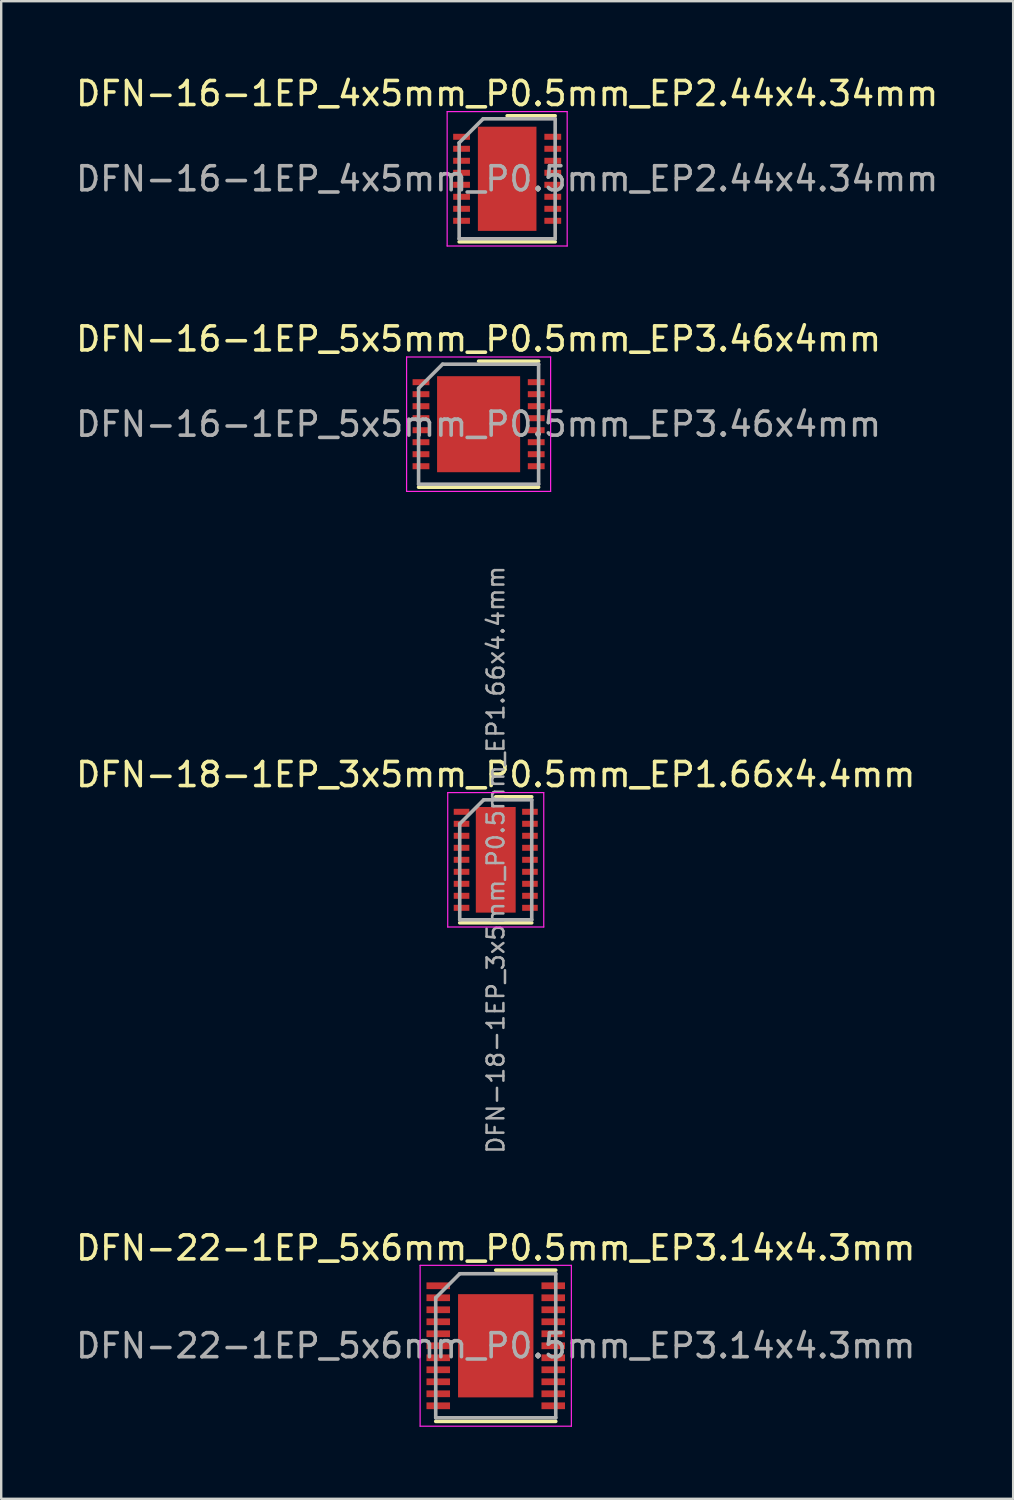
<source format=kicad_pcb>
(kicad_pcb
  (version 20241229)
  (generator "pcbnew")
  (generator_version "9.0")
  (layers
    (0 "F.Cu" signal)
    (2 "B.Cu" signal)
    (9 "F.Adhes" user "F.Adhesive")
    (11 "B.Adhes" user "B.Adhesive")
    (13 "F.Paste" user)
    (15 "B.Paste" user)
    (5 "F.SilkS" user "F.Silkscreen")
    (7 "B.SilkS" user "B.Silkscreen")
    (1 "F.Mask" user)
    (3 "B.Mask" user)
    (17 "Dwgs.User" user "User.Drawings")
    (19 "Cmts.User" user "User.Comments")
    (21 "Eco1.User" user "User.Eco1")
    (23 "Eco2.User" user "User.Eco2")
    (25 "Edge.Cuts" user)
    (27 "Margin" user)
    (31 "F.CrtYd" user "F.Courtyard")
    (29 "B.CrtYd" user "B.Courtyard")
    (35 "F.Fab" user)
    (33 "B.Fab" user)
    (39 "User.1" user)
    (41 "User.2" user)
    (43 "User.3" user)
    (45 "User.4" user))
  (footprint "DFN-16-1EP_5x5mm_P0.5mm_EP3.46x4mm"
    (layer "F.Cu")
    (at 16.887 14.621)
    (property "Reference" "DFN-16-1EP_5x5mm_P0.5mm_EP3.46x4mm" (at 0 -3.55 0) (layer "F.SilkS") (effects (font (size 1 1) (thickness 0.15))))
    (attr smd)
    (fp_line (start -2.5 2.625) (end 2.5 2.625) (stroke (width 0.15) (type solid)) (layer "F.SilkS"))
    (fp_line (start 0 -2.625) (end 2.5 -2.625) (stroke (width 0.15) (type solid)) (layer "F.SilkS"))
    (fp_line (start -3 -2.8) (end -3 2.8) (stroke (width 0.05) (type solid)) (layer "F.CrtYd"))
    (fp_line (start -3 -2.8) (end 3 -2.8) (stroke (width 0.05) (type solid)) (layer "F.CrtYd"))
    (fp_line (start -3 2.8) (end 3 2.8) (stroke (width 0.05) (type solid)) (layer "F.CrtYd"))
    (fp_line (start 3 -2.8) (end 3 2.8) (stroke (width 0.05) (type solid)) (layer "F.CrtYd"))
    (fp_line (start -2.5 -1.5) (end -1.5 -2.5) (stroke (width 0.15) (type solid)) (layer "F.Fab"))
    (fp_line (start -2.5 2.5) (end -2.5 -1.5) (stroke (width 0.15) (type solid)) (layer "F.Fab"))
    (fp_line (start -1.5 -2.5) (end 2.5 -2.5) (stroke (width 0.15) (type solid)) (layer "F.Fab"))
    (fp_line (start 2.5 -2.5) (end 2.5 2.5) (stroke (width 0.15) (type solid)) (layer "F.Fab"))
    (fp_line (start 2.5 2.5) (end -2.5 2.5) (stroke (width 0.15) (type solid)) (layer "F.Fab"))
    (fp_text user "${REFERENCE}" (at 0 0 0) (layer "F.Fab") (effects (font (size 1 1) (thickness 0.15))))
    (pad "" smd rect (at -1.154 -1.34) (size 0.9 1.1) (layers "F.Paste"))
    (pad "" smd rect (at -1.154 0) (size 0.9 1.1) (layers "F.Paste"))
    (pad "" smd rect (at -1.154 1.34) (size 0.9 1.1) (layers "F.Paste"))
    (pad "" smd rect (at 0 -1.34) (size 0.9 1.1) (layers "F.Paste"))
    (pad "" smd rect (at 0 0) (size 0.9 1.1) (layers "F.Paste"))
    (pad "" smd rect (at 0 1.34) (size 0.9 1.1) (layers "F.Paste"))
    (pad "" smd rect (at 1.154 -1.34) (size 0.9 1.1) (layers "F.Paste"))
    (pad "" smd rect (at 1.154 0) (size 0.9 1.1) (layers "F.Paste"))
    (pad "" smd rect (at 1.154 1.34) (size 0.9 1.1) (layers "F.Paste"))
    (pad "1" smd rect (at -2.4 -1.75) (size 0.7 0.25) (layers "F.Cu" "F.Mask" "F.Paste"))
    (pad "2" smd rect (at -2.4 -1.25) (size 0.7 0.25) (layers "F.Cu" "F.Mask" "F.Paste"))
    (pad "3" smd rect (at -2.4 -0.75) (size 0.7 0.25) (layers "F.Cu" "F.Mask" "F.Paste"))
    (pad "4" smd rect (at -2.4 -0.25) (size 0.7 0.25) (layers "F.Cu" "F.Mask" "F.Paste"))
    (pad "5" smd rect (at -2.4 0.25) (size 0.7 0.25) (layers "F.Cu" "F.Mask" "F.Paste"))
    (pad "6" smd rect (at -2.4 0.75) (size 0.7 0.25) (layers "F.Cu" "F.Mask" "F.Paste"))
    (pad "7" smd rect (at -2.4 1.25) (size 0.7 0.25) (layers "F.Cu" "F.Mask" "F.Paste"))
    (pad "8" smd rect (at -2.4 1.75) (size 0.7 0.25) (layers "F.Cu" "F.Mask" "F.Paste"))
    (pad "9" smd rect (at 2.4 1.75) (size 0.7 0.25) (layers "F.Cu" "F.Mask" "F.Paste"))
    (pad "10" smd rect (at 2.4 1.25) (size 0.7 0.25) (layers "F.Cu" "F.Mask" "F.Paste"))
    (pad "11" smd rect (at 2.4 0.75) (size 0.7 0.25) (layers "F.Cu" "F.Mask" "F.Paste"))
    (pad "12" smd rect (at 2.4 0.25) (size 0.7 0.25) (layers "F.Cu" "F.Mask" "F.Paste"))
    (pad "13" smd rect (at 2.4 -0.25) (size 0.7 0.25) (layers "F.Cu" "F.Mask" "F.Paste"))
    (pad "14" smd rect (at 2.4 -0.75) (size 0.7 0.25) (layers "F.Cu" "F.Mask" "F.Paste"))
    (pad "15" smd rect (at 2.4 -1.25) (size 0.7 0.25) (layers "F.Cu" "F.Mask" "F.Paste"))
    (pad "16" smd rect (at 2.4 -1.75) (size 0.7 0.25) (layers "F.Cu" "F.Mask" "F.Paste"))
    (pad "17" smd rect (at 0 0) (size 3.46 4) (layers "F.Cu" "F.Mask")))
  (footprint "DFN-16-1EP_4x5mm_P0.5mm_EP2.44x4.34mm"
    (layer "F.Cu")
    (at 18.077 4.398)
    (property "Reference" "DFN-16-1EP_4x5mm_P0.5mm_EP2.44x4.34mm" (at 0 -3.55 0) (layer "F.SilkS") (effects (font (size 1 1) (thickness 0.15))))
    (attr smd)
    (fp_line (start -2 2.625) (end 2 2.625) (stroke (width 0.15) (type solid)) (layer "F.SilkS"))
    (fp_line (start 0 -2.625) (end 2 -2.625) (stroke (width 0.15) (type solid)) (layer "F.SilkS"))
    (fp_line (start -2.5 -2.8) (end -2.5 2.8) (stroke (width 0.05) (type solid)) (layer "F.CrtYd"))
    (fp_line (start -2.5 -2.8) (end 2.5 -2.8) (stroke (width 0.05) (type solid)) (layer "F.CrtYd"))
    (fp_line (start -2.5 2.8) (end 2.5 2.8) (stroke (width 0.05) (type solid)) (layer "F.CrtYd"))
    (fp_line (start 2.5 -2.8) (end 2.5 2.8) (stroke (width 0.05) (type solid)) (layer "F.CrtYd"))
    (fp_line (start -2 -1.5) (end -1 -2.5) (stroke (width 0.15) (type solid)) (layer "F.Fab"))
    (fp_line (start -2 2.5) (end -2 -1.5) (stroke (width 0.15) (type solid)) (layer "F.Fab"))
    (fp_line (start -1 -2.5) (end 2 -2.5) (stroke (width 0.15) (type solid)) (layer "F.Fab"))
    (fp_line (start 2 -2.5) (end 2 2.5) (stroke (width 0.15) (type solid)) (layer "F.Fab"))
    (fp_line (start 2 2.5) (end -2 2.5) (stroke (width 0.15) (type solid)) (layer "F.Fab"))
    (fp_text user "${REFERENCE}" (at 0 0 0) (layer "F.Fab") (effects (font (size 1 1) (thickness 0.15))))
    (pad "" smd rect (at -0.61 -1.627) (size 1 0.86) (layers "F.Paste"))
    (pad "" smd rect (at -0.61 -0.542) (size 1 0.86) (layers "F.Paste"))
    (pad "" smd rect (at -0.61 0.542) (size 1 0.86) (layers "F.Paste"))
    (pad "" smd rect (at -0.61 1.627) (size 1 0.86) (layers "F.Paste"))
    (pad "" smd rect (at 0.61 -1.627) (size 1 0.86) (layers "F.Paste"))
    (pad "" smd rect (at 0.61 -0.542) (size 1 0.86) (layers "F.Paste"))
    (pad "" smd rect (at 0.61 0.542) (size 1 0.86) (layers "F.Paste"))
    (pad "" smd rect (at 0.61 1.627) (size 1 0.86) (layers "F.Paste"))
    (pad "1" smd rect (at -1.9 -1.75) (size 0.7 0.25) (layers "F.Cu" "F.Mask" "F.Paste"))
    (pad "2" smd rect (at -1.9 -1.25) (size 0.7 0.25) (layers "F.Cu" "F.Mask" "F.Paste"))
    (pad "3" smd rect (at -1.9 -0.75) (size 0.7 0.25) (layers "F.Cu" "F.Mask" "F.Paste"))
    (pad "4" smd rect (at -1.9 -0.25) (size 0.7 0.25) (layers "F.Cu" "F.Mask" "F.Paste"))
    (pad "5" smd rect (at -1.9 0.25) (size 0.7 0.25) (layers "F.Cu" "F.Mask" "F.Paste"))
    (pad "6" smd rect (at -1.9 0.75) (size 0.7 0.25) (layers "F.Cu" "F.Mask" "F.Paste"))
    (pad "7" smd rect (at -1.9 1.25) (size 0.7 0.25) (layers "F.Cu" "F.Mask" "F.Paste"))
    (pad "8" smd rect (at -1.9 1.75) (size 0.7 0.25) (layers "F.Cu" "F.Mask" "F.Paste"))
    (pad "9" smd rect (at 1.9 1.75) (size 0.7 0.25) (layers "F.Cu" "F.Mask" "F.Paste"))
    (pad "10" smd rect (at 1.9 1.25) (size 0.7 0.25) (layers "F.Cu" "F.Mask" "F.Paste"))
    (pad "11" smd rect (at 1.9 0.75) (size 0.7 0.25) (layers "F.Cu" "F.Mask" "F.Paste"))
    (pad "12" smd rect (at 1.9 0.25) (size 0.7 0.25) (layers "F.Cu" "F.Mask" "F.Paste"))
    (pad "13" smd rect (at 1.9 -0.25) (size 0.7 0.25) (layers "F.Cu" "F.Mask" "F.Paste"))
    (pad "14" smd rect (at 1.9 -0.75) (size 0.7 0.25) (layers "F.Cu" "F.Mask" "F.Paste"))
    (pad "15" smd rect (at 1.9 -1.25) (size 0.7 0.25) (layers "F.Cu" "F.Mask" "F.Paste"))
    (pad "16" smd rect (at 1.9 -1.75) (size 0.7 0.25) (layers "F.Cu" "F.Mask" "F.Paste"))
    (pad "17" smd rect (at 0 0) (size 2.44 4.34) (layers "F.Cu" "F.Mask")))
  (footprint "DFN-18-1EP_3x5mm_P0.5mm_EP1.66x4.4mm"
    (layer "F.Cu")
    (at 17.601 32.767)
    (property "Reference" "DFN-18-1EP_3x5mm_P0.5mm_EP1.66x4.4mm" (at 0 -3.55 0) (layer "F.SilkS") (effects (font (size 1 1) (thickness 0.15))))
    (attr smd)
    (fp_line (start -1.5 2.625) (end 1.5 2.625) (stroke (width 0.15) (type solid)) (layer "F.SilkS"))
    (fp_line (start 0 -2.625) (end 1.5 -2.625) (stroke (width 0.15) (type solid)) (layer "F.SilkS"))
    (fp_line (start -2 -2.8) (end -2 2.8) (stroke (width 0.05) (type solid)) (layer "F.CrtYd"))
    (fp_line (start -2 -2.8) (end 2 -2.8) (stroke (width 0.05) (type solid)) (layer "F.CrtYd"))
    (fp_line (start -2 2.8) (end 2 2.8) (stroke (width 0.05) (type solid)) (layer "F.CrtYd"))
    (fp_line (start 2 -2.8) (end 2 2.8) (stroke (width 0.05) (type solid)) (layer "F.CrtYd"))
    (fp_line (start -1.5 -1.5) (end -0.5 -2.5) (stroke (width 0.15) (type solid)) (layer "F.Fab"))
    (fp_line (start -1.5 2.5) (end -1.5 -1.5) (stroke (width 0.15) (type solid)) (layer "F.Fab"))
    (fp_line (start -0.5 -2.5) (end 1.5 -2.5) (stroke (width 0.15) (type solid)) (layer "F.Fab"))
    (fp_line (start 1.5 -2.5) (end 1.5 2.5) (stroke (width 0.15) (type solid)) (layer "F.Fab"))
    (fp_line (start 1.5 2.5) (end -1.5 2.5) (stroke (width 0.15) (type solid)) (layer "F.Fab"))
    (fp_text user "${REFERENCE}" (at 0 0 90) (layer "F.Fab") (effects (font (size 0.7 0.7) (thickness 0.105))))
    (pad "" smd rect (at -0.415 -1.76) (size 0.67 0.71) (layers "F.Paste"))
    (pad "" smd rect (at -0.415 -0.88) (size 0.67 0.71) (layers "F.Paste"))
    (pad "" smd rect (at -0.415 0) (size 0.67 0.71) (layers "F.Paste"))
    (pad "" smd rect (at -0.415 0.88) (size 0.67 0.71) (layers "F.Paste"))
    (pad "" smd rect (at -0.415 1.76) (size 0.67 0.71) (layers "F.Paste"))
    (pad "" smd rect (at 0.415 -1.76) (size 0.67 0.71) (layers "F.Paste"))
    (pad "" smd rect (at 0.415 -0.88) (size 0.67 0.71) (layers "F.Paste"))
    (pad "" smd rect (at 0.415 0) (size 0.67 0.71) (layers "F.Paste"))
    (pad "" smd rect (at 0.415 0.88) (size 0.67 0.71) (layers "F.Paste"))
    (pad "" smd rect (at 0.415 1.76) (size 0.67 0.71) (layers "F.Paste"))
    (pad "1" smd rect (at -1.425 -2) (size 0.65 0.25) (layers "F.Cu" "F.Mask" "F.Paste"))
    (pad "2" smd rect (at -1.425 -1.5) (size 0.65 0.25) (layers "F.Cu" "F.Mask" "F.Paste"))
    (pad "3" smd rect (at -1.425 -1) (size 0.65 0.25) (layers "F.Cu" "F.Mask" "F.Paste"))
    (pad "4" smd rect (at -1.425 -0.5) (size 0.65 0.25) (layers "F.Cu" "F.Mask" "F.Paste"))
    (pad "5" smd rect (at -1.425 0) (size 0.65 0.25) (layers "F.Cu" "F.Mask" "F.Paste"))
    (pad "6" smd rect (at -1.425 0.5) (size 0.65 0.25) (layers "F.Cu" "F.Mask" "F.Paste"))
    (pad "7" smd rect (at -1.425 1) (size 0.65 0.25) (layers "F.Cu" "F.Mask" "F.Paste"))
    (pad "8" smd rect (at -1.425 1.5) (size 0.65 0.25) (layers "F.Cu" "F.Mask" "F.Paste"))
    (pad "9" smd rect (at -1.425 2) (size 0.65 0.25) (layers "F.Cu" "F.Mask" "F.Paste"))
    (pad "10" smd rect (at 1.425 2) (size 0.65 0.25) (layers "F.Cu" "F.Mask" "F.Paste"))
    (pad "11" smd rect (at 1.425 1.5) (size 0.65 0.25) (layers "F.Cu" "F.Mask" "F.Paste"))
    (pad "12" smd rect (at 1.425 1) (size 0.65 0.25) (layers "F.Cu" "F.Mask" "F.Paste"))
    (pad "13" smd rect (at 1.425 0.5) (size 0.65 0.25) (layers "F.Cu" "F.Mask" "F.Paste"))
    (pad "14" smd rect (at 1.425 0) (size 0.65 0.25) (layers "F.Cu" "F.Mask" "F.Paste"))
    (pad "15" smd rect (at 1.425 -0.5) (size 0.65 0.25) (layers "F.Cu" "F.Mask" "F.Paste"))
    (pad "16" smd rect (at 1.425 -1) (size 0.65 0.25) (layers "F.Cu" "F.Mask" "F.Paste"))
    (pad "17" smd rect (at 1.425 -1.5) (size 0.65 0.25) (layers "F.Cu" "F.Mask" "F.Paste"))
    (pad "18" smd rect (at 1.425 -2) (size 0.65 0.25) (layers "F.Cu" "F.Mask" "F.Paste"))
    (pad "19" smd rect (at 0 0) (size 1.66 4.4) (layers "F.Cu" "F.Mask")))
  (footprint "DFN-22-1EP_5x6mm_P0.5mm_EP3.14x4.3mm"
    (layer "F.Cu")
    (at 17.601 53.011)
    (property "Reference" "DFN-22-1EP_5x6mm_P0.5mm_EP3.14x4.3mm" (at 0 -4.075 0) (layer "F.SilkS") (effects (font (size 1 1) (thickness 0.15))))
    (attr smd)
    (fp_line (start -2.5 3.15) (end 2.5 3.15) (stroke (width 0.15) (type solid)) (layer "F.SilkS"))
    (fp_line (start 0 -3.15) (end 2.5 -3.15) (stroke (width 0.15) (type solid)) (layer "F.SilkS"))
    (fp_line (start -3.15 -3.35) (end -3.15 3.35) (stroke (width 0.05) (type solid)) (layer "F.CrtYd"))
    (fp_line (start -3.15 -3.35) (end 3.15 -3.35) (stroke (width 0.05) (type solid)) (layer "F.CrtYd"))
    (fp_line (start -3.15 3.35) (end 3.15 3.35) (stroke (width 0.05) (type solid)) (layer "F.CrtYd"))
    (fp_line (start 3.15 -3.35) (end 3.15 3.35) (stroke (width 0.05) (type solid)) (layer "F.CrtYd"))
    (fp_line (start -2.5 -2) (end -1.5 -3) (stroke (width 0.15) (type solid)) (layer "F.Fab"))
    (fp_line (start -2.5 3) (end -2.5 -2) (stroke (width 0.15) (type solid)) (layer "F.Fab"))
    (fp_line (start -1.5 -3) (end 2.5 -3) (stroke (width 0.15) (type solid)) (layer "F.Fab"))
    (fp_line (start 2.5 -3) (end 2.5 3) (stroke (width 0.15) (type solid)) (layer "F.Fab"))
    (fp_line (start 2.5 3) (end -2.5 3) (stroke (width 0.15) (type solid)) (layer "F.Fab"))
    (fp_text user "${REFERENCE}" (at 0 0 0) (layer "F.Fab") (effects (font (size 1 1) (thickness 0.15))))
    (pad "" smd rect (at -1.05 -1.613) (size 0.855 0.855) (layers "F.Paste"))
    (pad "" smd rect (at -1.05 -0.537) (size 0.855 0.855) (layers "F.Paste"))
    (pad "" smd rect (at -1.05 0.537) (size 0.855 0.855) (layers "F.Paste"))
    (pad "" smd rect (at -1.05 1.613) (size 0.855 0.855) (layers "F.Paste"))
    (pad "" smd rect (at 0 -1.613) (size 0.855 0.855) (layers "F.Paste"))
    (pad "" smd rect (at 0 -0.537) (size 0.855 0.855) (layers "F.Paste"))
    (pad "" smd rect (at 0 0.537) (size 0.855 0.855) (layers "F.Paste"))
    (pad "" smd rect (at 0 1.613) (size 0.855 0.855) (layers "F.Paste"))
    (pad "" smd rect (at 1.05 -1.613) (size 0.855 0.855) (layers "F.Paste"))
    (pad "" smd rect (at 1.05 -0.537) (size 0.855 0.855) (layers "F.Paste"))
    (pad "" smd rect (at 1.05 0.537) (size 0.855 0.855) (layers "F.Paste"))
    (pad "" smd rect (at 1.05 1.613) (size 0.855 0.855) (layers "F.Paste"))
    (pad "1" smd rect (at -2.395 -2.5) (size 0.98 0.28) (layers "F.Cu" "F.Mask" "F.Paste"))
    (pad "2" smd rect (at -2.395 -2) (size 0.98 0.28) (layers "F.Cu" "F.Mask" "F.Paste"))
    (pad "3" smd rect (at -2.395 -1.5) (size 0.98 0.28) (layers "F.Cu" "F.Mask" "F.Paste"))
    (pad "4" smd rect (at -2.395 -1) (size 0.98 0.28) (layers "F.Cu" "F.Mask" "F.Paste"))
    (pad "5" smd rect (at -2.395 -0.5) (size 0.98 0.28) (layers "F.Cu" "F.Mask" "F.Paste"))
    (pad "6" smd rect (at -2.395 0) (size 0.98 0.28) (layers "F.Cu" "F.Mask" "F.Paste"))
    (pad "7" smd rect (at -2.395 0.5) (size 0.98 0.28) (layers "F.Cu" "F.Mask" "F.Paste"))
    (pad "8" smd rect (at -2.395 1) (size 0.98 0.28) (layers "F.Cu" "F.Mask" "F.Paste"))
    (pad "9" smd rect (at -2.395 1.5) (size 0.98 0.28) (layers "F.Cu" "F.Mask" "F.Paste"))
    (pad "10" smd rect (at -2.395 2) (size 0.98 0.28) (layers "F.Cu" "F.Mask" "F.Paste"))
    (pad "11" smd rect (at -2.395 2.5) (size 0.98 0.28) (layers "F.Cu" "F.Mask" "F.Paste"))
    (pad "12" smd rect (at 2.395 2.5) (size 0.98 0.28) (layers "F.Cu" "F.Mask" "F.Paste"))
    (pad "13" smd rect (at 2.395 2) (size 0.98 0.28) (layers "F.Cu" "F.Mask" "F.Paste"))
    (pad "14" smd rect (at 2.395 1.5) (size 0.98 0.28) (layers "F.Cu" "F.Mask" "F.Paste"))
    (pad "15" smd rect (at 2.395 1) (size 0.98 0.28) (layers "F.Cu" "F.Mask" "F.Paste"))
    (pad "16" smd rect (at 2.395 0.5) (size 0.98 0.28) (layers "F.Cu" "F.Mask" "F.Paste"))
    (pad "17" smd rect (at 2.395 0) (size 0.98 0.28) (layers "F.Cu" "F.Mask" "F.Paste"))
    (pad "18" smd rect (at 2.395 -0.5) (size 0.98 0.28) (layers "F.Cu" "F.Mask" "F.Paste"))
    (pad "19" smd rect (at 2.395 -1) (size 0.98 0.28) (layers "F.Cu" "F.Mask" "F.Paste"))
    (pad "20" smd rect (at 2.395 -1.5) (size 0.98 0.28) (layers "F.Cu" "F.Mask" "F.Paste"))
    (pad "21" smd rect (at 2.395 -2) (size 0.98 0.28) (layers "F.Cu" "F.Mask" "F.Paste"))
    (pad "22" smd rect (at 2.395 -2.5) (size 0.98 0.28) (layers "F.Cu" "F.Mask" "F.Paste"))
    (pad "23" smd rect (at 0 0) (size 3.14 4.3) (layers "F.Cu" "F.Mask")))
  (gr_rect
    (start -3 -3)
    (end 39.155 59.386)
    (stroke (width 0.1) (type default))
    (fill no)
    (layer "Edge.Cuts")))
</source>
